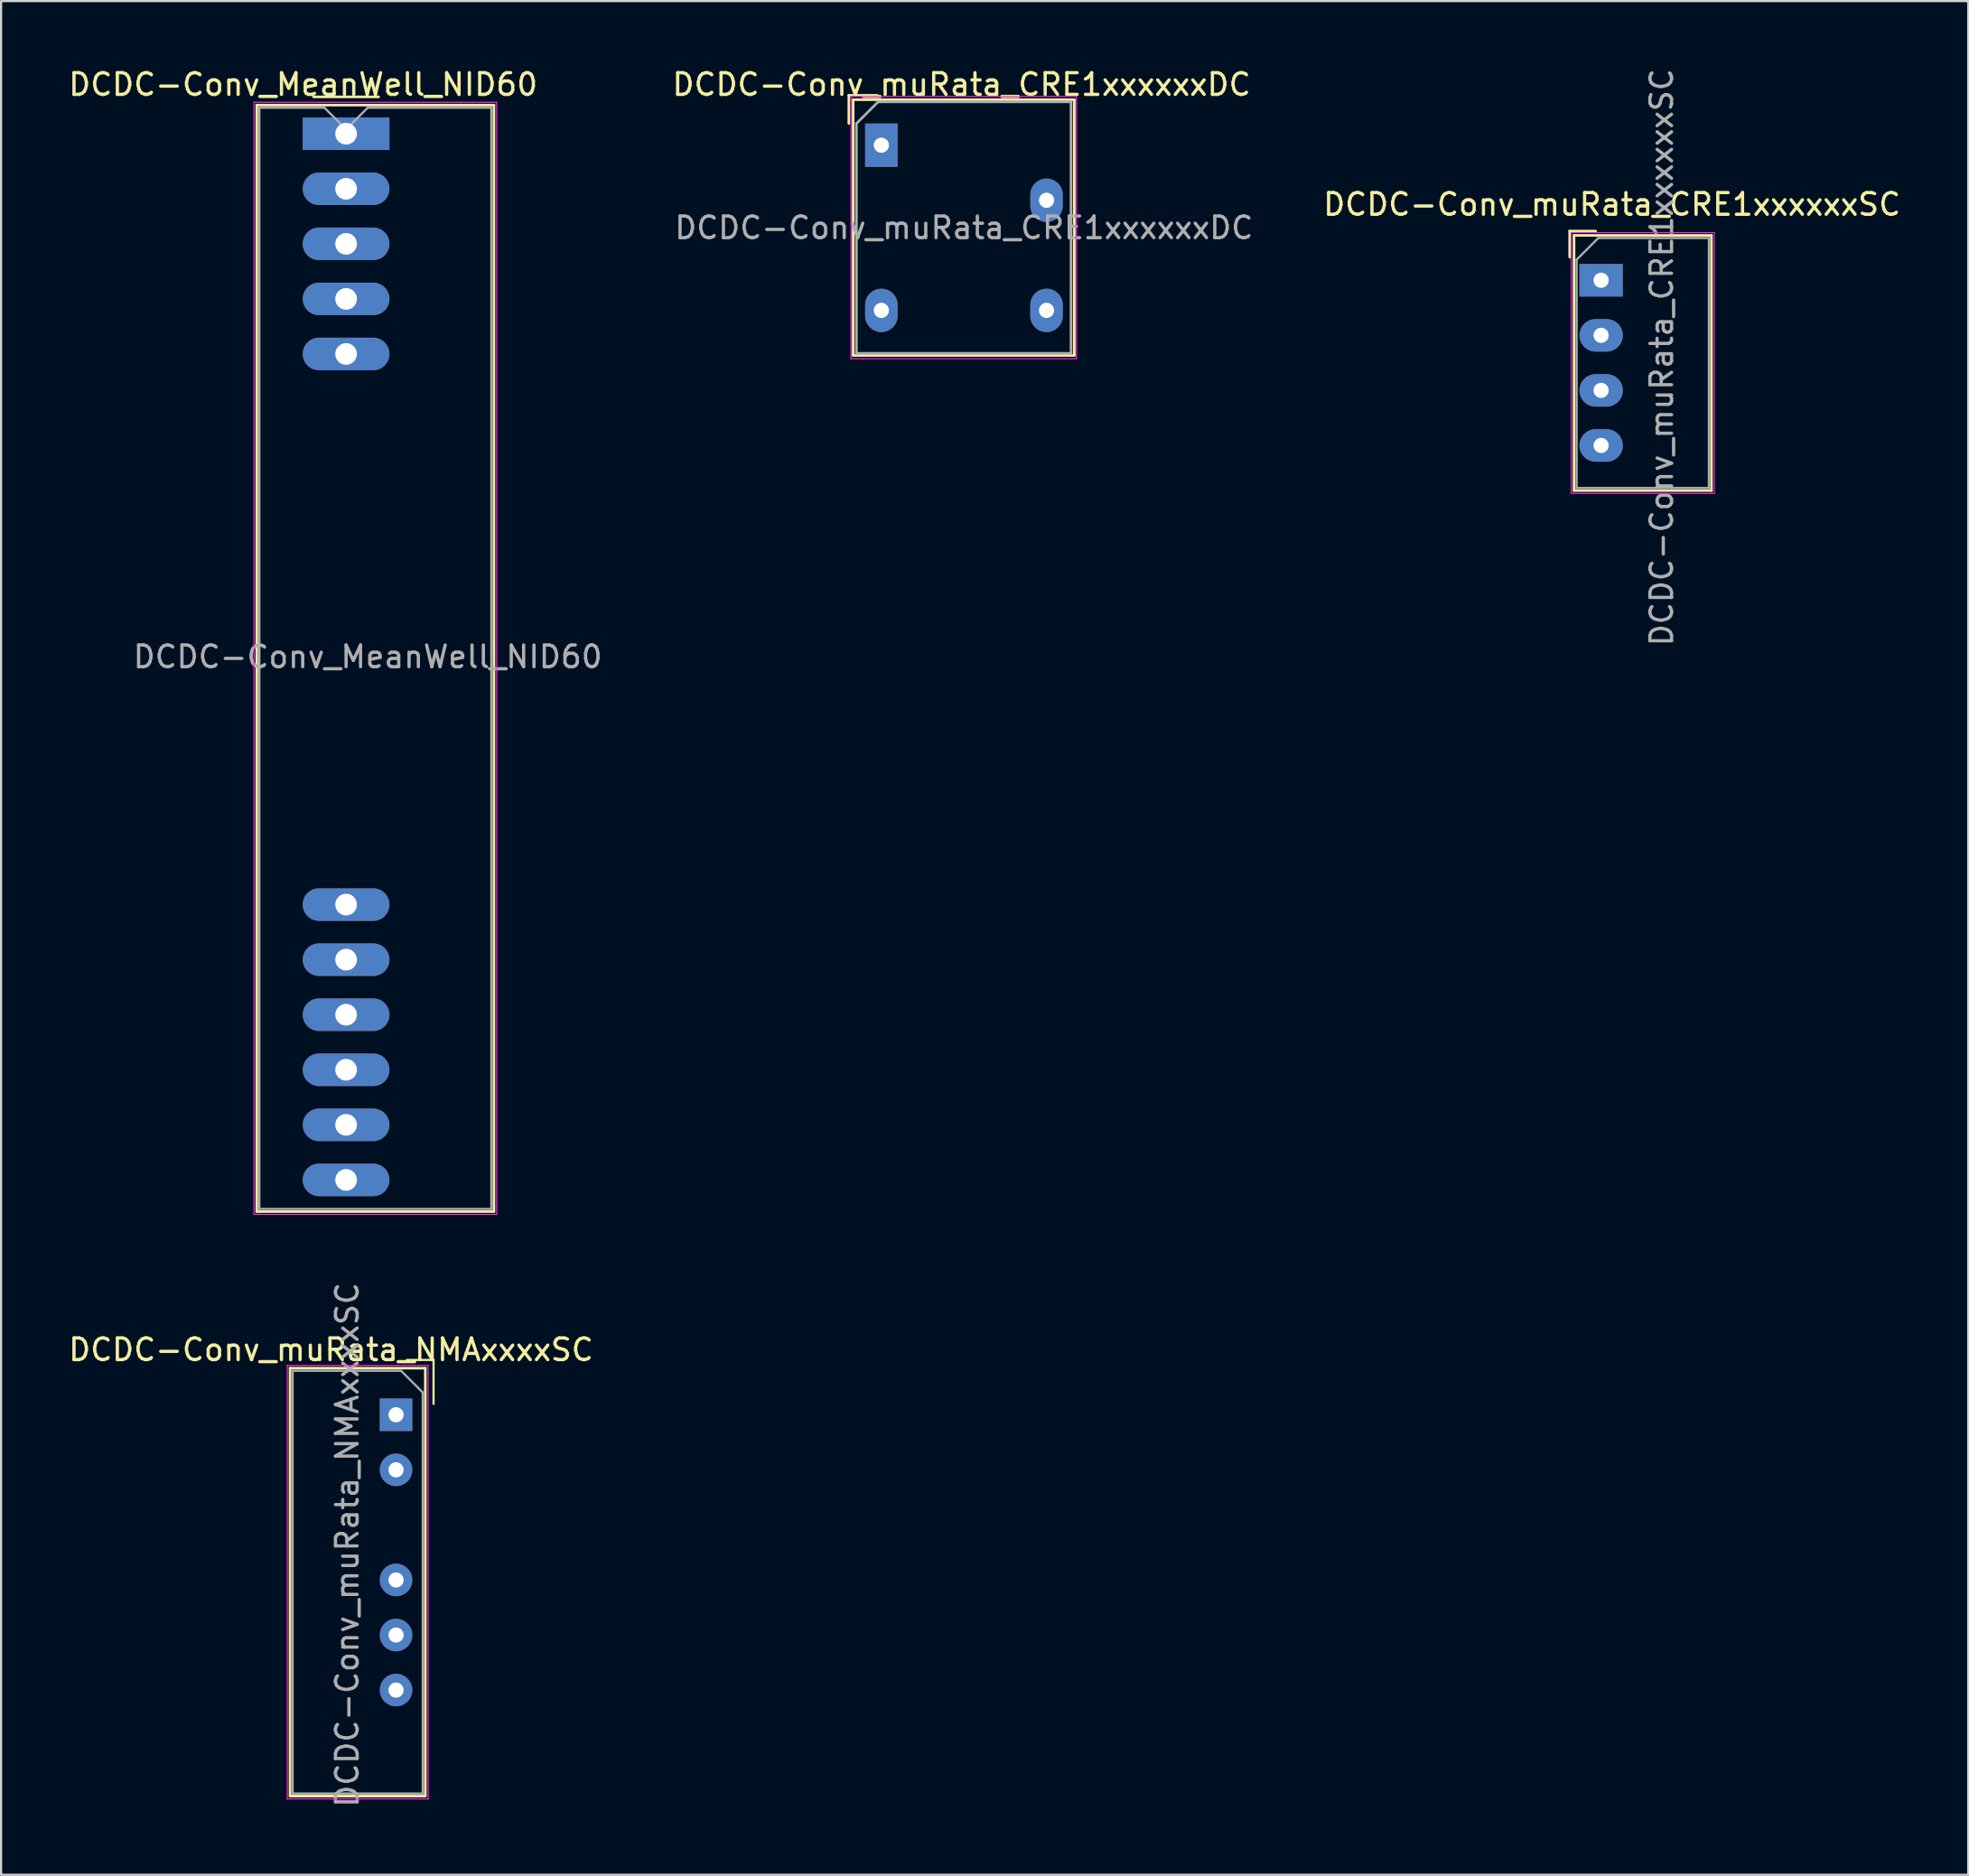
<source format=kicad_pcb>
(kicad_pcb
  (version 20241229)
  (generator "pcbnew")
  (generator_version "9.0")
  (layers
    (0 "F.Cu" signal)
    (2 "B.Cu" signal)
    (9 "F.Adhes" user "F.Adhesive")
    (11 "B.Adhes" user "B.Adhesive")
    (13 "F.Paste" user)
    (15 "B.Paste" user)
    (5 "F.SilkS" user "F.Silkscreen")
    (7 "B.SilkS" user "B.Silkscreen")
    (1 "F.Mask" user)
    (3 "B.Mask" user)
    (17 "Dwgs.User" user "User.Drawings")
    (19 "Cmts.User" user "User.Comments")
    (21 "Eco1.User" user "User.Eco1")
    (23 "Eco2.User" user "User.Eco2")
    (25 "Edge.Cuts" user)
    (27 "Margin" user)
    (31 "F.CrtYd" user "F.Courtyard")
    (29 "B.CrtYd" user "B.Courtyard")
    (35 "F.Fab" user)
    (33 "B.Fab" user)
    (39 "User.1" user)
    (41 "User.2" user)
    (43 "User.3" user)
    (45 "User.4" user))
  (footprint "DCDC-Conv_MeanWell_NID60"
    (layer "F.Cu")
    (at 12.915 3.118)
    (property "Reference" "DCDC-Conv_MeanWell_NID60" (at -1.98 -2.27 0) (layer "F.SilkS") (effects (font (size 1 1) (thickness 0.15))))
    (attr through_hole)
    (fp_line (start -4.12 -1.32) (end 6.82 -1.32) (stroke (width 0.12) (type solid)) (layer "F.SilkS"))
    (fp_line (start -4.12 49.72) (end -4.12 -1.32) (stroke (width 0.12) (type solid)) (layer "F.SilkS"))
    (fp_line (start 1.5 -1.7) (end -1.5 -1.7) (stroke (width 0.12) (type solid)) (layer "F.SilkS"))
    (fp_line (start 6.82 -1.32) (end 6.82 49.72) (stroke (width 0.12) (type solid)) (layer "F.SilkS"))
    (fp_line (start 6.82 49.72) (end -4.12 49.72) (stroke (width 0.12) (type solid)) (layer "F.SilkS"))
    (fp_line (start -4.25 -1.45) (end -4.25 49.85) (stroke (width 0.05) (type solid)) (layer "F.CrtYd"))
    (fp_line (start -4.25 -1.45) (end 6.95 -1.45) (stroke (width 0.05) (type solid)) (layer "F.CrtYd"))
    (fp_line (start -4.25 49.85) (end 6.95 49.85) (stroke (width 0.05) (type solid)) (layer "F.CrtYd"))
    (fp_line (start 6.95 -1.45) (end 6.95 49.85) (stroke (width 0.05) (type solid)) (layer "F.CrtYd"))
    (fp_line (start -4 49.6) (end -4 -1.2) (stroke (width 0.1) (type solid)) (layer "F.Fab"))
    (fp_line (start -1 -1.2) (end -4 -1.2) (stroke (width 0.1) (type solid)) (layer "F.Fab"))
    (fp_line (start -1 -1.2) (end 0 -0.2) (stroke (width 0.1) (type solid)) (layer "F.Fab"))
    (fp_line (start 0 -0.2) (end 1 -1.2) (stroke (width 0.1) (type solid)) (layer "F.Fab"))
    (fp_line (start 1 -1.2) (end 6.7 -1.2) (stroke (width 0.1) (type solid)) (layer "F.Fab"))
    (fp_line (start 6.7 -1.2) (end 6.7 49.6) (stroke (width 0.1) (type solid)) (layer "F.Fab"))
    (fp_line (start 6.7 49.6) (end -4 49.6) (stroke (width 0.1) (type solid)) (layer "F.Fab"))
    (fp_text user "${REFERENCE}" (at 1 24.13 0) (layer "F.Fab") (effects (font (size 1 1) (thickness 0.15))))
    (pad "1" thru_hole rect (at 0 0) (size 4 1.5) (drill 1) (layers "*.Cu" "*.Mask"))
    (pad "2" thru_hole oval (at 0 2.54) (size 4 1.5) (drill 1) (layers "*.Cu" "*.Mask"))
    (pad "3" thru_hole oval (at 0 5.08) (size 4 1.5) (drill 1) (layers "*.Cu" "*.Mask"))
    (pad "4" thru_hole oval (at 0 7.62) (size 4 1.5) (drill 1) (layers "*.Cu" "*.Mask"))
    (pad "5" thru_hole oval (at 0 10.16) (size 4 1.5) (drill 1) (layers "*.Cu" "*.Mask"))
    (pad "6" thru_hole oval (at 0 35.56) (size 4 1.5) (drill 1) (layers "*.Cu" "*.Mask"))
    (pad "7" thru_hole oval (at 0 38.1) (size 4 1.5) (drill 1) (layers "*.Cu" "*.Mask"))
    (pad "8" thru_hole oval (at 0 40.64) (size 4 1.5) (drill 1) (layers "*.Cu" "*.Mask"))
    (pad "9" thru_hole oval (at 0 43.18) (size 4 1.5) (drill 1) (layers "*.Cu" "*.Mask"))
    (pad "10" thru_hole oval (at 0 45.72) (size 4 1.5) (drill 1) (layers "*.Cu" "*.Mask"))
    (pad "11" thru_hole oval (at 0 48.26) (size 4 1.5) (drill 1) (layers "*.Cu" "*.Mask")))
  (footprint "DCDC-Conv_muRata_CRE1xxxxxxSC"
    (layer "F.Cu")
    (at 70.81 9.879)
    (property "Reference" "DCDC-Conv_muRata_CRE1xxxxxxSC" (at 0.5 -3.5 180) (layer "F.SilkS") (effects (font (size 1 1) (thickness 0.15))))
    (attr through_hole)
    (fp_line (start -1.45 -2.27) (end -1.45 -1.07) (stroke (width 0.12) (type solid)) (layer "F.SilkS"))
    (fp_line (start -1.25 -2.07) (end -1.25 9.7) (stroke (width 0.12) (type solid)) (layer "F.SilkS"))
    (fp_line (start -0.25 -2.27) (end -1.45 -2.27) (stroke (width 0.12) (type solid)) (layer "F.SilkS"))
    (fp_line (start 5.09 -2.07) (end -1.25 -2.07) (stroke (width 0.12) (type solid)) (layer "F.SilkS"))
    (fp_line (start 5.09 -2.07) (end 5.09 9.7) (stroke (width 0.12) (type solid)) (layer "F.SilkS"))
    (fp_line (start 5.09 9.7) (end -1.25 9.7) (stroke (width 0.12) (type solid)) (layer "F.SilkS"))
    (fp_line (start -1.38 -2.2) (end -1.38 9.83) (stroke (width 0.05) (type solid)) (layer "F.CrtYd"))
    (fp_line (start 5.22 -2.2) (end -1.38 -2.2) (stroke (width 0.05) (type solid)) (layer "F.CrtYd"))
    (fp_line (start 5.22 -2.2) (end 5.22 9.83) (stroke (width 0.05) (type solid)) (layer "F.CrtYd"))
    (fp_line (start 5.22 9.83) (end -1.38 9.83) (stroke (width 0.05) (type solid)) (layer "F.CrtYd"))
    (fp_line (start -1.13 -0.95) (end -1.13 9.58) (stroke (width 0.1) (type solid)) (layer "F.Fab"))
    (fp_line (start -1.13 9.58) (end 4.97 9.58) (stroke (width 0.1) (type solid)) (layer "F.Fab"))
    (fp_line (start -0.13 -1.95) (end -1.13 -0.95) (stroke (width 0.1) (type solid)) (layer "F.Fab"))
    (fp_line (start -0.13 -1.95) (end 4.97 -1.95) (stroke (width 0.1) (type solid)) (layer "F.Fab"))
    (fp_line (start 4.97 -1.95) (end 4.97 9.58) (stroke (width 0.1) (type solid)) (layer "F.Fab"))
    (fp_text user "${REFERENCE}" (at 2.794 3.556 270) (layer "F.Fab") (effects (font (size 1 1) (thickness 0.15))))
    (pad "1" thru_hole rect (at 0 0 270) (size 1.5 2) (drill 0.7) (layers "*.Cu" "*.Mask"))
    (pad "2" thru_hole oval (at 0 2.54 270) (size 1.5 2) (drill 0.7) (layers "*.Cu" "*.Mask"))
    (pad "3" thru_hole oval (at 0 5.08 270) (size 1.5 2) (drill 0.7) (layers "*.Cu" "*.Mask"))
    (pad "4" thru_hole oval (at 0 7.62 270) (size 1.5 2) (drill 0.7) (layers "*.Cu" "*.Mask")))
  (footprint "DCDC-Conv_muRata_NMAxxxxSC"
    (layer "F.Cu")
    (at 15.22 62.213)
    (property "Reference" "DCDC-Conv_muRata_NMAxxxxSC" (at -3 -3 0) (layer "F.SilkS") (effects (font (size 1 1) (thickness 0.15))))
    (attr through_hole)
    (fp_line (start -4.89 -2.15) (end -4.89 17.59) (stroke (width 0.12) (type solid)) (layer "F.SilkS"))
    (fp_line (start -4.89 17.59) (end 1.33 17.59) (stroke (width 0.12) (type solid)) (layer "F.SilkS"))
    (fp_line (start 1.35 -2.15) (end -4.89 -2.15) (stroke (width 0.12) (type solid)) (layer "F.SilkS"))
    (fp_line (start 1.35 17.59) (end 1.35 -2.15) (stroke (width 0.12) (type solid)) (layer "F.SilkS"))
    (fp_line (start 1.73 -2.53) (end 0.5 -2.53) (stroke (width 0.1) (type solid)) (layer "F.SilkS"))
    (fp_line (start 1.73 -2.53) (end 1.73 -0.5) (stroke (width 0.1) (type solid)) (layer "F.SilkS"))
    (fp_line (start -5.02 -2.28) (end -5.02 17.72) (stroke (width 0.05) (type solid)) (layer "F.CrtYd"))
    (fp_line (start -5.02 17.72) (end 1.48 17.72) (stroke (width 0.05) (type solid)) (layer "F.CrtYd"))
    (fp_line (start 1.48 -2.28) (end -5.02 -2.28) (stroke (width 0.05) (type solid)) (layer "F.CrtYd"))
    (fp_line (start 1.48 17.72) (end 1.48 -2.28) (stroke (width 0.05) (type solid)) (layer "F.CrtYd"))
    (fp_line (start -4.77 -2.03) (end -4.77 17.47) (stroke (width 0.1) (type solid)) (layer "F.Fab"))
    (fp_line (start -4.77 17.47) (end 1.23 17.47) (stroke (width 0.1) (type solid)) (layer "F.Fab"))
    (fp_line (start 0.23 -2.03) (end -4.77 -2.03) (stroke (width 0.1) (type solid)) (layer "F.Fab"))
    (fp_line (start 0.23 -2.03) (end 1.23 -1.03) (stroke (width 0.1) (type solid)) (layer "F.Fab"))
    (fp_line (start 1.23 17.47) (end 1.23 -1.03) (stroke (width 0.1) (type solid)) (layer "F.Fab"))
    (fp_text user "${REFERENCE}" (at -2.25 6 90) (layer "F.Fab") (effects (font (size 1 1) (thickness 0.15))))
    (pad "1" thru_hole rect (at 0 0) (size 1.5 1.5) (drill 0.7) (layers "*.Cu" "*.Mask"))
    (pad "2" thru_hole oval (at 0 2.54) (size 1.5 1.5) (drill 0.7) (layers "*.Cu" "*.Mask"))
    (pad "4" thru_hole oval (at 0 7.62) (size 1.5 1.5) (drill 0.7) (layers "*.Cu" "*.Mask"))
    (pad "5" thru_hole oval (at 0 10.16) (size 1.5 1.5) (drill 0.7) (layers "*.Cu" "*.Mask"))
    (pad "6" thru_hole oval (at 0 12.7) (size 1.5 1.5) (drill 0.7) (layers "*.Cu" "*.Mask")))
  (footprint "DCDC-Conv_muRata_CRE1xxxxxxDC"
    (layer "F.Cu")
    (at 37.607 3.648)
    (property "Reference" "DCDC-Conv_muRata_CRE1xxxxxxDC" (at 3.7 -2.8 0) (layer "F.SilkS") (effects (font (size 1 1) (thickness 0.15))))
    (attr through_hole)
    (fp_line (start -1.5 -1) (end -1.5 -2.3) (stroke (width 0.12) (type solid)) (layer "F.SilkS"))
    (fp_line (start -1.3 -2.1) (end 8.9 -2.1) (stroke (width 0.12) (type solid)) (layer "F.SilkS"))
    (fp_line (start -1.3 9.7) (end -1.3 -2.1) (stroke (width 0.12) (type solid)) (layer "F.SilkS"))
    (fp_line (start -0.2 -2.3) (end -1.5 -2.3) (stroke (width 0.12) (type solid)) (layer "F.SilkS"))
    (fp_line (start 8.9 -2.1) (end 8.9 9.7) (stroke (width 0.12) (type solid)) (layer "F.SilkS"))
    (fp_line (start 8.9 9.7) (end -1.3 9.7) (stroke (width 0.12) (type solid)) (layer "F.SilkS"))
    (fp_line (start -1.4 -2.25) (end -1.4 9.85) (stroke (width 0.05) (type solid)) (layer "F.CrtYd"))
    (fp_line (start -1.4 -2.25) (end 9 -2.25) (stroke (width 0.05) (type solid)) (layer "F.CrtYd"))
    (fp_line (start 9 9.85) (end -1.4 9.85) (stroke (width 0.05) (type solid)) (layer "F.CrtYd"))
    (fp_line (start 9 9.85) (end 9 -2.25) (stroke (width 0.05) (type solid)) (layer "F.CrtYd"))
    (fp_line (start -1.15 -1) (end -0.15 -2) (stroke (width 0.12) (type solid)) (layer "F.Fab"))
    (fp_line (start -1.15 9.6) (end -1.15 -1) (stroke (width 0.12) (type solid)) (layer "F.Fab"))
    (fp_line (start -0.15 -2) (end 8.75 -2) (stroke (width 0.12) (type solid)) (layer "F.Fab"))
    (fp_line (start 8.75 -2) (end 8.75 9.6) (stroke (width 0.12) (type solid)) (layer "F.Fab"))
    (fp_line (start 8.75 9.6) (end -1.15 9.6) (stroke (width 0.12) (type solid)) (layer "F.Fab"))
    (fp_text user "${REFERENCE}" (at 3.81 3.81 0) (layer "F.Fab") (effects (font (size 1 1) (thickness 0.15))))
    (pad "1" thru_hole rect (at 0 0) (size 1.5 2) (drill 0.7) (layers "*.Cu" "*.Mask"))
    (pad "4" thru_hole oval (at 0 7.62) (size 1.5 2) (drill 0.7) (layers "*.Cu" "*.Mask"))
    (pad "5" thru_hole oval (at 7.62 7.62) (size 1.5 2) (drill 0.7) (layers "*.Cu" "*.Mask"))
    (pad "7" thru_hole oval (at 7.62 2.54) (size 1.5 2) (drill 0.7) (layers "*.Cu" "*.Mask")))
  (gr_rect
    (start -3 -3)
    (end 87.745 83.434)
    (stroke (width 0.1) (type default))
    (fill no)
    (layer "Edge.Cuts")))
</source>
